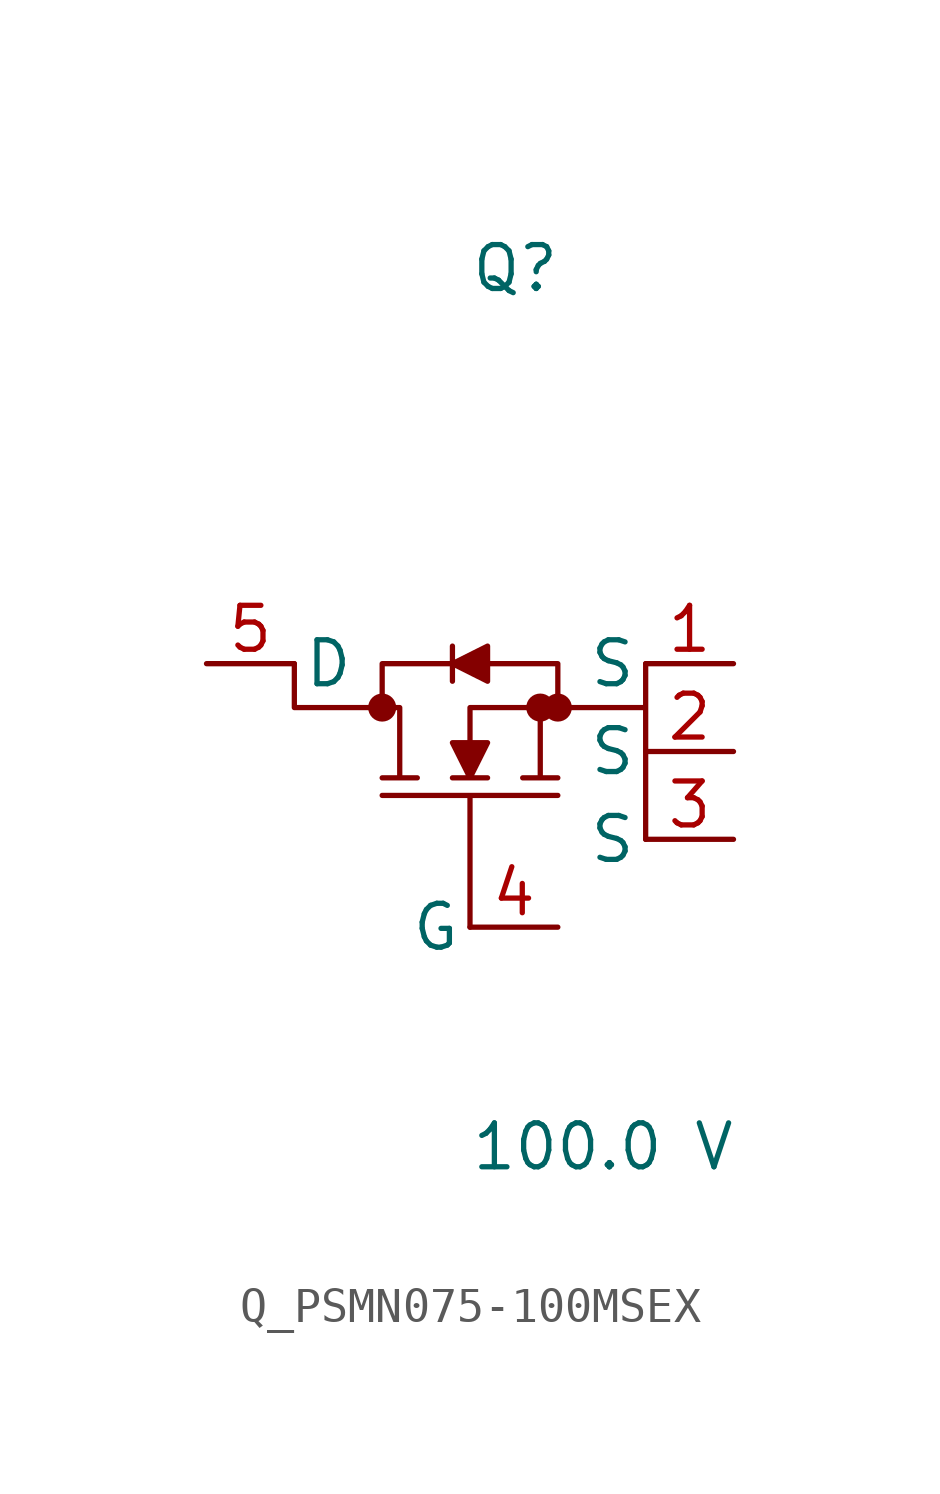
<source format=kicad_sym>
(kicad_symbol_lib
  (version 20231120)
  (generator kicad_symbol_editor)
  (generator_version 8.0)
  (symbol "Q_PSMN075-100MSEX"
    (pin_names
      (offset 0.254))
    (property "Reference" "Q"
      (at 0.0 12.7 0)
      (effects (font (size 1.27 1.27)) (justify left)))
    (property "Value" "100.0 V"
      (at 0.0 -12.7 0)
      (effects (font (size 1.27 1.27)) (justify left)))
    (symbol "Q_PSMN075-100MSEX_1_0"
      (polyline (pts (xy 0 -6.35) (xy 0 -2.54) (xy -2.54 -2.54) (xy 2.54 -2.54) (xy 0 -2.54) (xy 0 -6.35)) (stroke (width 0) (type default)) (fill (type none)))
      (polyline (pts (xy 5.08 1.27) (xy 5.08 0) (xy 2.54 0) (xy 2.54 1.27) (xy 0.508 1.27) (xy 0.508 1.778) (xy -0.508 1.27) (xy -0.508 1.778) (xy -0.508 1.27) (xy -2.54 1.27) (xy -2.54 0) (xy -5.08 0) (xy -5.08 1.27) (xy -5.08 0) (xy -2.032 0) (xy -2.032 -2.032) (xy -2.54 -2.032) (xy -1.524 -2.032) (xy -2.032 -2.032) (xy -2.032 0) (xy -2.54 0) (xy -2.54 1.27) (xy -0.508 1.27) (xy -0.508 0.762) (xy -0.508 1.27) (xy 0.508 0.762) (xy 0.508 1.27) (xy 2.54 1.27) (xy 2.54 0) (xy 0 0) (xy 0 -1.016) (xy -0.508 -1.016) (xy 0 -2.032) (xy -0.508 -2.032) (xy 0.508 -2.032) (xy 0 -2.032) (xy 0.508 -1.016) (xy 0 -1.016) (xy 0 0) (xy 2.032 0) (xy 2.032 -2.032) (xy 1.524 -2.032) (xy 2.54 -2.032) (xy 2.032 -2.032) (xy 2.032 0) (xy 5.08 0) (xy 5.08 -3.81)) (stroke (width 0) (type default)) (fill (type outline)))
      (circle (center -2.54 0) (radius 0.025) (stroke (width 0.381) (type default)) (fill (type none)))
      (circle (center 2.032 0) (radius 0.025) (stroke (width 0.381) (type default)) (fill (type none)))
      (circle (center 2.54 0) (radius 0.025) (stroke (width 0.381) (type default)) (fill (type none)))
      (pin unspecified line (at -7.62 1.27 0) (length 2.54) (name "D" (effects (font (size 1.27 1.27)))) (number "5" (effects (font (size 1.27 1.27)))))
      (pin unspecified line (at 7.62 1.27 180) (length 2.54) (name "S" (effects (font (size 1.27 1.27)))) (number "1" (effects (font (size 1.27 1.27)))))
      (pin unspecified line (at 7.62 -1.27 180) (length 2.54) (name "S" (effects (font (size 1.27 1.27)))) (number "2" (effects (font (size 1.27 1.27)))))
      (pin unspecified line (at 7.62 -3.81 180) (length 2.54) (name "S" (effects (font (size 1.27 1.27)))) (number "3" (effects (font (size 1.27 1.27)))))
      (pin unspecified line (at 2.54 -6.35 180) (length 2.54) (name "G" (effects (font (size 1.27 1.27)))) (number "4" (effects (font (size 1.27 1.27))))))))
</source>
